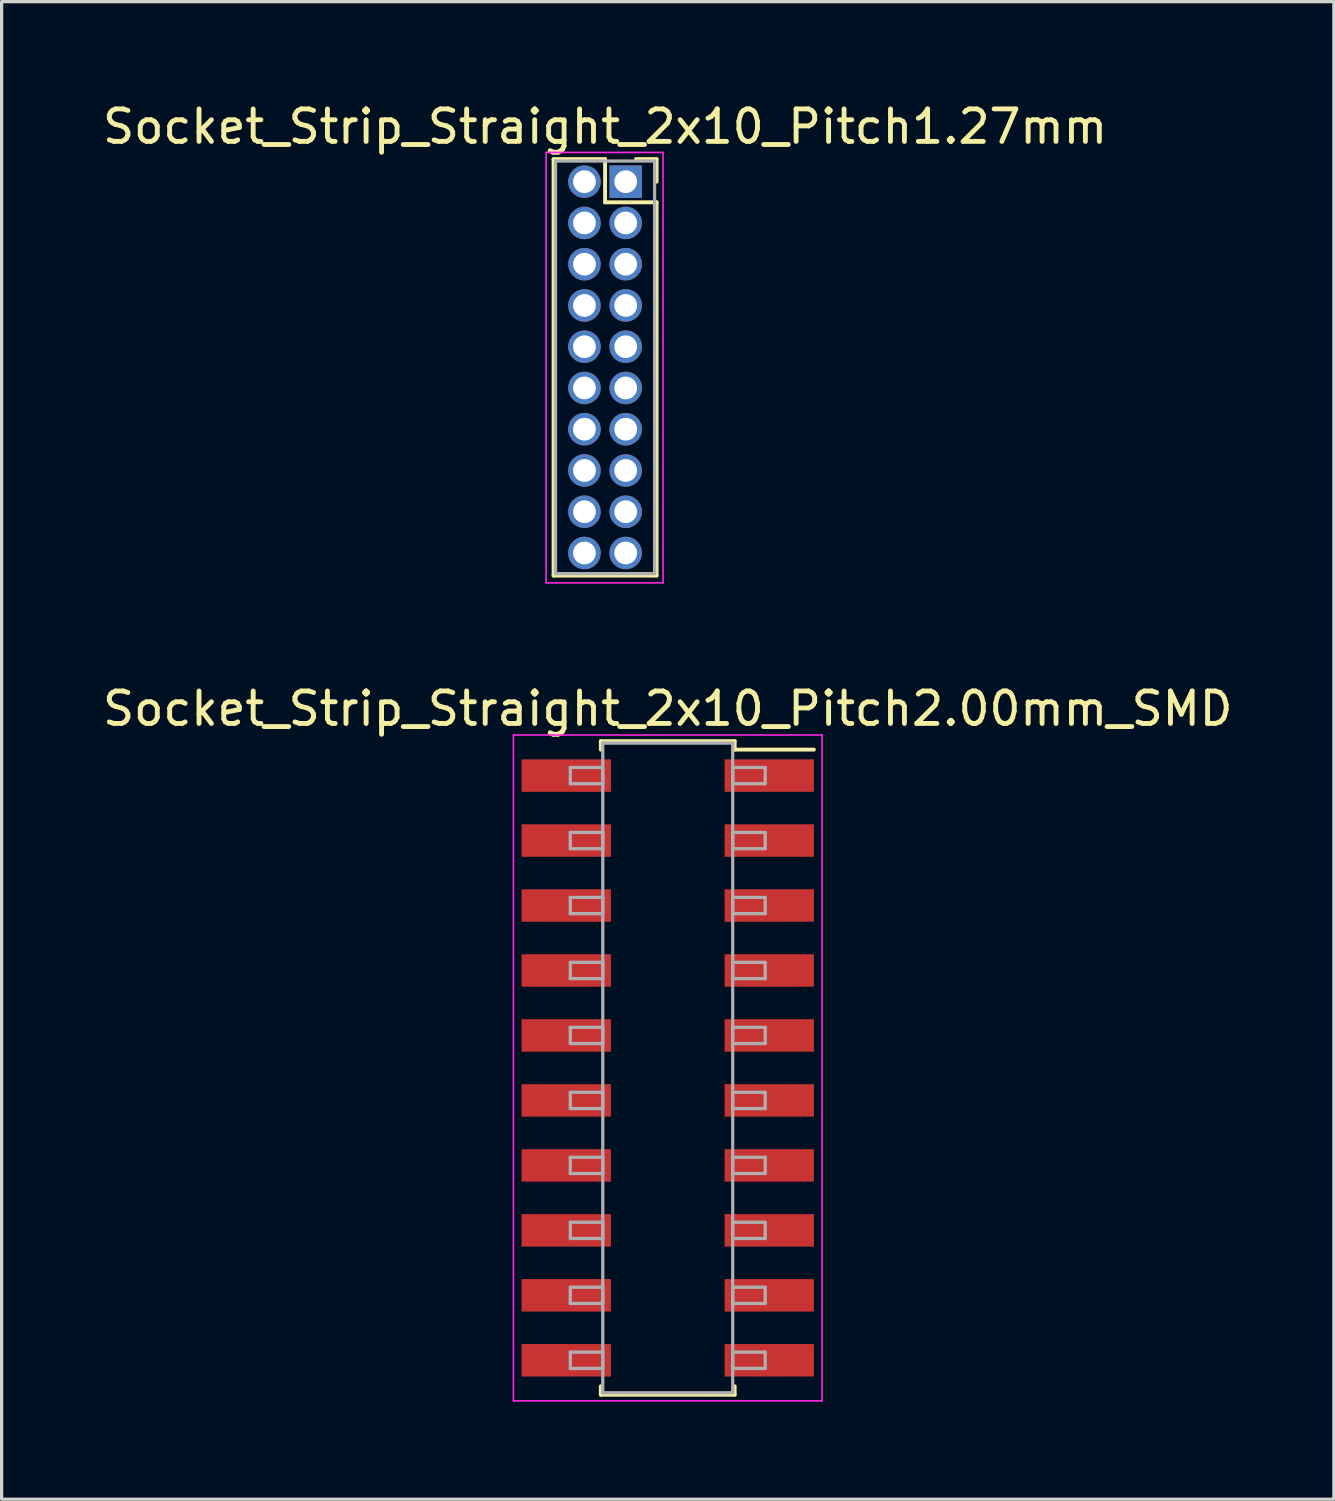
<source format=kicad_pcb>
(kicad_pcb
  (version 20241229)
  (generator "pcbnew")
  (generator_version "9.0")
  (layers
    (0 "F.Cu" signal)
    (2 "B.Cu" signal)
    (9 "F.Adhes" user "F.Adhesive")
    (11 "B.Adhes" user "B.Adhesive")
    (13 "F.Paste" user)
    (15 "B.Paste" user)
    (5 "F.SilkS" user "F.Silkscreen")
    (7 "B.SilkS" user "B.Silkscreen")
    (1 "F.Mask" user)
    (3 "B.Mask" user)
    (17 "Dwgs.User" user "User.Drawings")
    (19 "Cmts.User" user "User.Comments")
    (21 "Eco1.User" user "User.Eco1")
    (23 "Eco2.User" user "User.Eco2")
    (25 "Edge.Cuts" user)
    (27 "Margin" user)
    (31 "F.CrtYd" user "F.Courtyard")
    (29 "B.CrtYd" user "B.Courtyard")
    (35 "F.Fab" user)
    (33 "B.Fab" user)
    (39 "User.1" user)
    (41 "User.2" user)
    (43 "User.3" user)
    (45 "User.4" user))
  (footprint "Socket_Strip_Straight_2x10_Pitch2.00mm_SMD"
    (layer "F.Cu")
    (at 17.506 29.826)
    (property "Reference" "Socket_Strip_Straight_2x10_Pitch2.00mm_SMD" (at 0 -11.06 0) (layer "F.SilkS") (effects (font (size 1 1) (thickness 0.15))))
    (attr smd)
    (fp_line (start -2.06 -10.06) (end 2.06 -10.06) (stroke (width 0.12) (type solid)) (layer "F.SilkS"))
    (fp_line (start -2.06 -9.8) (end -2.06 -10.06) (stroke (width 0.12) (type solid)) (layer "F.SilkS"))
    (fp_line (start -2.06 9.8) (end -2.06 10.06) (stroke (width 0.12) (type solid)) (layer "F.SilkS"))
    (fp_line (start -2.06 10.06) (end 2.06 10.06) (stroke (width 0.12) (type solid)) (layer "F.SilkS"))
    (fp_line (start 2.06 -10.06) (end 2.06 -9.8) (stroke (width 0.12) (type solid)) (layer "F.SilkS"))
    (fp_line (start 2.06 10.06) (end 2.06 9.8) (stroke (width 0.12) (type solid)) (layer "F.SilkS"))
    (fp_line (start 4.5 -9.8) (end 2.06 -9.8) (stroke (width 0.12) (type solid)) (layer "F.SilkS"))
    (fp_line (start -4.75 -10.25) (end -4.75 10.25) (stroke (width 0.05) (type solid)) (layer "F.CrtYd"))
    (fp_line (start -4.75 10.25) (end 4.75 10.25) (stroke (width 0.05) (type solid)) (layer "F.CrtYd"))
    (fp_line (start 4.75 -10.25) (end -4.75 -10.25) (stroke (width 0.05) (type solid)) (layer "F.CrtYd"))
    (fp_line (start 4.75 10.25) (end 4.75 -10.25) (stroke (width 0.05) (type solid)) (layer "F.CrtYd"))
    (fp_line (start -3 -9.25) (end -2 -9.25) (stroke (width 0.1) (type solid)) (layer "F.Fab"))
    (fp_line (start -3 -8.75) (end -3 -9.25) (stroke (width 0.1) (type solid)) (layer "F.Fab"))
    (fp_line (start -3 -7.25) (end -2 -7.25) (stroke (width 0.1) (type solid)) (layer "F.Fab"))
    (fp_line (start -3 -6.75) (end -3 -7.25) (stroke (width 0.1) (type solid)) (layer "F.Fab"))
    (fp_line (start -3 -5.25) (end -2 -5.25) (stroke (width 0.1) (type solid)) (layer "F.Fab"))
    (fp_line (start -3 -4.75) (end -3 -5.25) (stroke (width 0.1) (type solid)) (layer "F.Fab"))
    (fp_line (start -3 -3.25) (end -2 -3.25) (stroke (width 0.1) (type solid)) (layer "F.Fab"))
    (fp_line (start -3 -2.75) (end -3 -3.25) (stroke (width 0.1) (type solid)) (layer "F.Fab"))
    (fp_line (start -3 -1.25) (end -2 -1.25) (stroke (width 0.1) (type solid)) (layer "F.Fab"))
    (fp_line (start -3 -0.75) (end -3 -1.25) (stroke (width 0.1) (type solid)) (layer "F.Fab"))
    (fp_line (start -3 0.75) (end -2 0.75) (stroke (width 0.1) (type solid)) (layer "F.Fab"))
    (fp_line (start -3 1.25) (end -3 0.75) (stroke (width 0.1) (type solid)) (layer "F.Fab"))
    (fp_line (start -3 2.75) (end -2 2.75) (stroke (width 0.1) (type solid)) (layer "F.Fab"))
    (fp_line (start -3 3.25) (end -3 2.75) (stroke (width 0.1) (type solid)) (layer "F.Fab"))
    (fp_line (start -3 4.75) (end -2 4.75) (stroke (width 0.1) (type solid)) (layer "F.Fab"))
    (fp_line (start -3 5.25) (end -3 4.75) (stroke (width 0.1) (type solid)) (layer "F.Fab"))
    (fp_line (start -3 6.75) (end -2 6.75) (stroke (width 0.1) (type solid)) (layer "F.Fab"))
    (fp_line (start -3 7.25) (end -3 6.75) (stroke (width 0.1) (type solid)) (layer "F.Fab"))
    (fp_line (start -3 8.75) (end -2 8.75) (stroke (width 0.1) (type solid)) (layer "F.Fab"))
    (fp_line (start -3 9.25) (end -3 8.75) (stroke (width 0.1) (type solid)) (layer "F.Fab"))
    (fp_line (start -2 -10) (end -2 10) (stroke (width 0.1) (type solid)) (layer "F.Fab"))
    (fp_line (start -2 -9.25) (end -2 -8.75) (stroke (width 0.1) (type solid)) (layer "F.Fab"))
    (fp_line (start -2 -8.75) (end -3 -8.75) (stroke (width 0.1) (type solid)) (layer "F.Fab"))
    (fp_line (start -2 -7.25) (end -2 -6.75) (stroke (width 0.1) (type solid)) (layer "F.Fab"))
    (fp_line (start -2 -6.75) (end -3 -6.75) (stroke (width 0.1) (type solid)) (layer "F.Fab"))
    (fp_line (start -2 -5.25) (end -2 -4.75) (stroke (width 0.1) (type solid)) (layer "F.Fab"))
    (fp_line (start -2 -4.75) (end -3 -4.75) (stroke (width 0.1) (type solid)) (layer "F.Fab"))
    (fp_line (start -2 -3.25) (end -2 -2.75) (stroke (width 0.1) (type solid)) (layer "F.Fab"))
    (fp_line (start -2 -2.75) (end -3 -2.75) (stroke (width 0.1) (type solid)) (layer "F.Fab"))
    (fp_line (start -2 -1.25) (end -2 -0.75) (stroke (width 0.1) (type solid)) (layer "F.Fab"))
    (fp_line (start -2 -0.75) (end -3 -0.75) (stroke (width 0.1) (type solid)) (layer "F.Fab"))
    (fp_line (start -2 0.75) (end -2 1.25) (stroke (width 0.1) (type solid)) (layer "F.Fab"))
    (fp_line (start -2 1.25) (end -3 1.25) (stroke (width 0.1) (type solid)) (layer "F.Fab"))
    (fp_line (start -2 2.75) (end -2 3.25) (stroke (width 0.1) (type solid)) (layer "F.Fab"))
    (fp_line (start -2 3.25) (end -3 3.25) (stroke (width 0.1) (type solid)) (layer "F.Fab"))
    (fp_line (start -2 4.75) (end -2 5.25) (stroke (width 0.1) (type solid)) (layer "F.Fab"))
    (fp_line (start -2 5.25) (end -3 5.25) (stroke (width 0.1) (type solid)) (layer "F.Fab"))
    (fp_line (start -2 6.75) (end -2 7.25) (stroke (width 0.1) (type solid)) (layer "F.Fab"))
    (fp_line (start -2 7.25) (end -3 7.25) (stroke (width 0.1) (type solid)) (layer "F.Fab"))
    (fp_line (start -2 8.75) (end -2 9.25) (stroke (width 0.1) (type solid)) (layer "F.Fab"))
    (fp_line (start -2 9.25) (end -3 9.25) (stroke (width 0.1) (type solid)) (layer "F.Fab"))
    (fp_line (start -2 10) (end 2 10) (stroke (width 0.1) (type solid)) (layer "F.Fab"))
    (fp_line (start 2 -10) (end -2 -10) (stroke (width 0.1) (type solid)) (layer "F.Fab"))
    (fp_line (start 2 -9.25) (end 2 -8.75) (stroke (width 0.1) (type solid)) (layer "F.Fab"))
    (fp_line (start 2 -8.75) (end 3 -8.75) (stroke (width 0.1) (type solid)) (layer "F.Fab"))
    (fp_line (start 2 -7.25) (end 2 -6.75) (stroke (width 0.1) (type solid)) (layer "F.Fab"))
    (fp_line (start 2 -6.75) (end 3 -6.75) (stroke (width 0.1) (type solid)) (layer "F.Fab"))
    (fp_line (start 2 -5.25) (end 2 -4.75) (stroke (width 0.1) (type solid)) (layer "F.Fab"))
    (fp_line (start 2 -4.75) (end 3 -4.75) (stroke (width 0.1) (type solid)) (layer "F.Fab"))
    (fp_line (start 2 -3.25) (end 2 -2.75) (stroke (width 0.1) (type solid)) (layer "F.Fab"))
    (fp_line (start 2 -2.75) (end 3 -2.75) (stroke (width 0.1) (type solid)) (layer "F.Fab"))
    (fp_line (start 2 -1.25) (end 2 -0.75) (stroke (width 0.1) (type solid)) (layer "F.Fab"))
    (fp_line (start 2 -0.75) (end 3 -0.75) (stroke (width 0.1) (type solid)) (layer "F.Fab"))
    (fp_line (start 2 0.75) (end 2 1.25) (stroke (width 0.1) (type solid)) (layer "F.Fab"))
    (fp_line (start 2 1.25) (end 3 1.25) (stroke (width 0.1) (type solid)) (layer "F.Fab"))
    (fp_line (start 2 2.75) (end 2 3.25) (stroke (width 0.1) (type solid)) (layer "F.Fab"))
    (fp_line (start 2 3.25) (end 3 3.25) (stroke (width 0.1) (type solid)) (layer "F.Fab"))
    (fp_line (start 2 4.75) (end 2 5.25) (stroke (width 0.1) (type solid)) (layer "F.Fab"))
    (fp_line (start 2 5.25) (end 3 5.25) (stroke (width 0.1) (type solid)) (layer "F.Fab"))
    (fp_line (start 2 6.75) (end 2 7.25) (stroke (width 0.1) (type solid)) (layer "F.Fab"))
    (fp_line (start 2 7.25) (end 3 7.25) (stroke (width 0.1) (type solid)) (layer "F.Fab"))
    (fp_line (start 2 8.75) (end 2 9.25) (stroke (width 0.1) (type solid)) (layer "F.Fab"))
    (fp_line (start 2 9.25) (end 3 9.25) (stroke (width 0.1) (type solid)) (layer "F.Fab"))
    (fp_line (start 2 10) (end 2 -10) (stroke (width 0.1) (type solid)) (layer "F.Fab"))
    (fp_line (start 3 -9.25) (end 2 -9.25) (stroke (width 0.1) (type solid)) (layer "F.Fab"))
    (fp_line (start 3 -8.75) (end 3 -9.25) (stroke (width 0.1) (type solid)) (layer "F.Fab"))
    (fp_line (start 3 -7.25) (end 2 -7.25) (stroke (width 0.1) (type solid)) (layer "F.Fab"))
    (fp_line (start 3 -6.75) (end 3 -7.25) (stroke (width 0.1) (type solid)) (layer "F.Fab"))
    (fp_line (start 3 -5.25) (end 2 -5.25) (stroke (width 0.1) (type solid)) (layer "F.Fab"))
    (fp_line (start 3 -4.75) (end 3 -5.25) (stroke (width 0.1) (type solid)) (layer "F.Fab"))
    (fp_line (start 3 -3.25) (end 2 -3.25) (stroke (width 0.1) (type solid)) (layer "F.Fab"))
    (fp_line (start 3 -2.75) (end 3 -3.25) (stroke (width 0.1) (type solid)) (layer "F.Fab"))
    (fp_line (start 3 -1.25) (end 2 -1.25) (stroke (width 0.1) (type solid)) (layer "F.Fab"))
    (fp_line (start 3 -0.75) (end 3 -1.25) (stroke (width 0.1) (type solid)) (layer "F.Fab"))
    (fp_line (start 3 0.75) (end 2 0.75) (stroke (width 0.1) (type solid)) (layer "F.Fab"))
    (fp_line (start 3 1.25) (end 3 0.75) (stroke (width 0.1) (type solid)) (layer "F.Fab"))
    (fp_line (start 3 2.75) (end 2 2.75) (stroke (width 0.1) (type solid)) (layer "F.Fab"))
    (fp_line (start 3 3.25) (end 3 2.75) (stroke (width 0.1) (type solid)) (layer "F.Fab"))
    (fp_line (start 3 4.75) (end 2 4.75) (stroke (width 0.1) (type solid)) (layer "F.Fab"))
    (fp_line (start 3 5.25) (end 3 4.75) (stroke (width 0.1) (type solid)) (layer "F.Fab"))
    (fp_line (start 3 6.75) (end 2 6.75) (stroke (width 0.1) (type solid)) (layer "F.Fab"))
    (fp_line (start 3 7.25) (end 3 6.75) (stroke (width 0.1) (type solid)) (layer "F.Fab"))
    (fp_line (start 3 8.75) (end 2 8.75) (stroke (width 0.1) (type solid)) (layer "F.Fab"))
    (fp_line (start 3 9.25) (end 3 8.75) (stroke (width 0.1) (type solid)) (layer "F.Fab"))
    (pad "1" smd rect (at 3.125 -9) (size 2.75 1) (layers "F.Cu" "F.Mask"))
    (pad "2" smd rect (at -3.125 -9) (size 2.75 1) (layers "F.Cu" "F.Mask"))
    (pad "3" smd rect (at 3.125 -7) (size 2.75 1) (layers "F.Cu" "F.Mask"))
    (pad "4" smd rect (at -3.125 -7) (size 2.75 1) (layers "F.Cu" "F.Mask"))
    (pad "5" smd rect (at 3.125 -5) (size 2.75 1) (layers "F.Cu" "F.Mask"))
    (pad "6" smd rect (at -3.125 -5) (size 2.75 1) (layers "F.Cu" "F.Mask"))
    (pad "7" smd rect (at 3.125 -3) (size 2.75 1) (layers "F.Cu" "F.Mask"))
    (pad "8" smd rect (at -3.125 -3) (size 2.75 1) (layers "F.Cu" "F.Mask"))
    (pad "9" smd rect (at 3.125 -1) (size 2.75 1) (layers "F.Cu" "F.Mask"))
    (pad "10" smd rect (at -3.125 -1) (size 2.75 1) (layers "F.Cu" "F.Mask"))
    (pad "11" smd rect (at 3.125 1) (size 2.75 1) (layers "F.Cu" "F.Mask"))
    (pad "12" smd rect (at -3.125 1) (size 2.75 1) (layers "F.Cu" "F.Mask"))
    (pad "13" smd rect (at 3.125 3) (size 2.75 1) (layers "F.Cu" "F.Mask"))
    (pad "14" smd rect (at -3.125 3) (size 2.75 1) (layers "F.Cu" "F.Mask"))
    (pad "15" smd rect (at 3.125 5) (size 2.75 1) (layers "F.Cu" "F.Mask"))
    (pad "16" smd rect (at -3.125 5) (size 2.75 1) (layers "F.Cu" "F.Mask"))
    (pad "17" smd rect (at 3.125 7) (size 2.75 1) (layers "F.Cu" "F.Mask"))
    (pad "18" smd rect (at -3.125 7) (size 2.75 1) (layers "F.Cu" "F.Mask"))
    (pad "19" smd rect (at 3.125 9) (size 2.75 1) (layers "F.Cu" "F.Mask"))
    (pad "20" smd rect (at -3.125 9) (size 2.75 1) (layers "F.Cu" "F.Mask")))
  (footprint "Socket_Strip_Straight_2x10_Pitch1.27mm"
    (layer "F.Cu")
    (at 16.212 2.543)
    (property "Reference" "Socket_Strip_Straight_2x10_Pitch1.27mm" (at -0.635 -1.695 0) (layer "F.SilkS") (effects (font (size 1 1) (thickness 0.15))))
    (attr through_hole)
    (fp_line (start -2.22 -0.695) (end -0.635 -0.695) (stroke (width 0.12) (type solid)) (layer "F.SilkS"))
    (fp_line (start -2.22 12.125) (end -2.22 -0.695) (stroke (width 0.12) (type solid)) (layer "F.SilkS"))
    (fp_line (start -0.635 -0.695) (end -0.635 0.635) (stroke (width 0.12) (type solid)) (layer "F.SilkS"))
    (fp_line (start -0.635 0.635) (end 0.95 0.635) (stroke (width 0.12) (type solid)) (layer "F.SilkS"))
    (fp_line (start 0.95 -0.695) (end 0.315 -0.695) (stroke (width 0.12) (type solid)) (layer "F.SilkS"))
    (fp_line (start 0.95 0) (end 0.95 -0.695) (stroke (width 0.12) (type solid)) (layer "F.SilkS"))
    (fp_line (start 0.95 0.635) (end 0.95 12.125) (stroke (width 0.12) (type solid)) (layer "F.SilkS"))
    (fp_line (start 0.95 12.125) (end -2.22 12.125) (stroke (width 0.12) (type solid)) (layer "F.SilkS"))
    (fp_line (start -2.45 -0.9) (end -2.45 12.35) (stroke (width 0.05) (type solid)) (layer "F.CrtYd"))
    (fp_line (start -2.45 12.35) (end 1.15 12.35) (stroke (width 0.05) (type solid)) (layer "F.CrtYd"))
    (fp_line (start 1.15 -0.9) (end -2.45 -0.9) (stroke (width 0.05) (type solid)) (layer "F.CrtYd"))
    (fp_line (start 1.15 12.35) (end 1.15 -0.9) (stroke (width 0.05) (type solid)) (layer "F.CrtYd"))
    (fp_line (start -2.16 -0.635) (end -2.16 12.065) (stroke (width 0.1) (type solid)) (layer "F.Fab"))
    (fp_line (start -2.16 12.065) (end 0.89 12.065) (stroke (width 0.1) (type solid)) (layer "F.Fab"))
    (fp_line (start 0.89 -0.635) (end -2.16 -0.635) (stroke (width 0.1) (type solid)) (layer "F.Fab"))
    (fp_line (start 0.89 12.065) (end 0.89 -0.635) (stroke (width 0.1) (type solid)) (layer "F.Fab"))
    (pad "1" thru_hole rect (at 0 0) (size 1 1) (drill 0.7) (layers "*.Cu" "*.Mask"))
    (pad "2" thru_hole oval (at -1.27 0) (size 1 1) (drill 0.7) (layers "*.Cu" "*.Mask"))
    (pad "3" thru_hole oval (at 0 1.27) (size 1 1) (drill 0.7) (layers "*.Cu" "*.Mask"))
    (pad "4" thru_hole oval (at -1.27 1.27) (size 1 1) (drill 0.7) (layers "*.Cu" "*.Mask"))
    (pad "5" thru_hole oval (at 0 2.54) (size 1 1) (drill 0.7) (layers "*.Cu" "*.Mask"))
    (pad "6" thru_hole oval (at -1.27 2.54) (size 1 1) (drill 0.7) (layers "*.Cu" "*.Mask"))
    (pad "7" thru_hole oval (at 0 3.81) (size 1 1) (drill 0.7) (layers "*.Cu" "*.Mask"))
    (pad "8" thru_hole oval (at -1.27 3.81) (size 1 1) (drill 0.7) (layers "*.Cu" "*.Mask"))
    (pad "9" thru_hole oval (at 0 5.08) (size 1 1) (drill 0.7) (layers "*.Cu" "*.Mask"))
    (pad "10" thru_hole oval (at -1.27 5.08) (size 1 1) (drill 0.7) (layers "*.Cu" "*.Mask"))
    (pad "11" thru_hole oval (at 0 6.35) (size 1 1) (drill 0.7) (layers "*.Cu" "*.Mask"))
    (pad "12" thru_hole oval (at -1.27 6.35) (size 1 1) (drill 0.7) (layers "*.Cu" "*.Mask"))
    (pad "13" thru_hole oval (at 0 7.62) (size 1 1) (drill 0.7) (layers "*.Cu" "*.Mask"))
    (pad "14" thru_hole oval (at -1.27 7.62) (size 1 1) (drill 0.7) (layers "*.Cu" "*.Mask"))
    (pad "15" thru_hole oval (at 0 8.89) (size 1 1) (drill 0.7) (layers "*.Cu" "*.Mask"))
    (pad "16" thru_hole oval (at -1.27 8.89) (size 1 1) (drill 0.7) (layers "*.Cu" "*.Mask"))
    (pad "17" thru_hole oval (at 0 10.16) (size 1 1) (drill 0.7) (layers "*.Cu" "*.Mask"))
    (pad "18" thru_hole oval (at -1.27 10.16) (size 1 1) (drill 0.7) (layers "*.Cu" "*.Mask"))
    (pad "19" thru_hole oval (at 0 11.43) (size 1 1) (drill 0.7) (layers "*.Cu" "*.Mask"))
    (pad "20" thru_hole oval (at -1.27 11.43) (size 1 1) (drill 0.7) (layers "*.Cu" "*.Mask")))
  (gr_rect
    (start -3 -3)
    (end 38.012 43.102)
    (stroke (width 0.1) (type default))
    (fill no)
    (layer "Edge.Cuts")))
</source>
